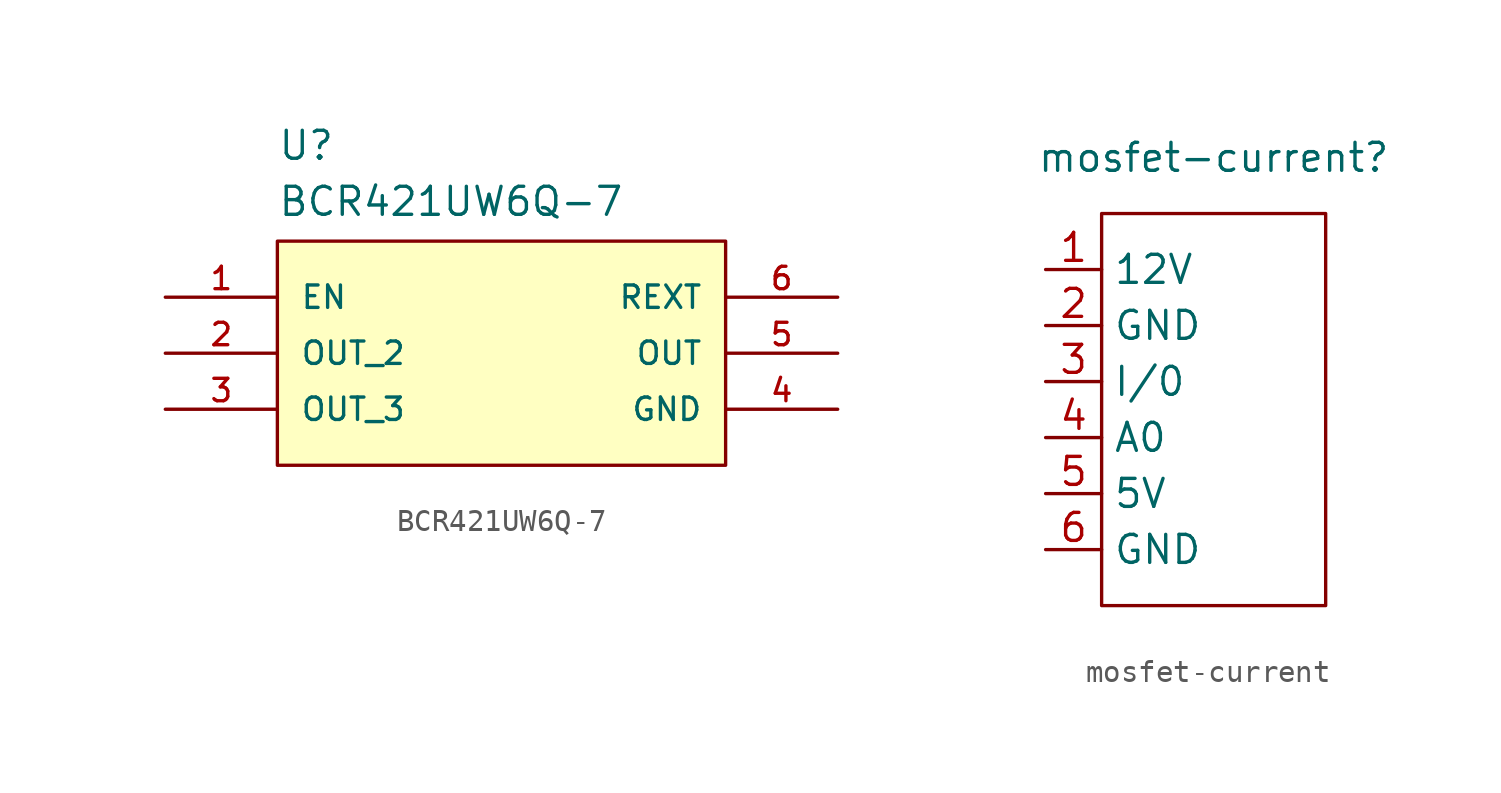
<source format=kicad_sym>
(kicad_symbol_lib
  (version 20220914)
  (generator kicad_symbol_editor)
  (symbol "BCR421UW6Q-7"
    (pin_names
      (offset 1.016))
    (property "Reference" "U"
      (at -10.16 10.16 0)
      (effects (font (size 1.27 1.27)) (justify left top)))
    (property "Value" "BCR421UW6Q-7"
      (at -10.16 7.62 0)
      (effects (font (size 1.27 1.27)) (justify left top)))
    (symbol "BCR421UW6Q-7_0_0"
      (rectangle (start -10.16 -5.08) (end 10.16 5.08) (stroke (width 0.152) (type default)) (fill (type background)))
      (pin passive line (at -15.24 2.54 0) (length 5.08) (name "EN" (effects (font (size 1.016 1.016)))) (number "1" (effects (font (size 1.016 1.016)))))
      (pin output line (at -15.24 0 0) (length 5.08) (name "OUT_2" (effects (font (size 1.016 1.016)))) (number "2" (effects (font (size 1.016 1.016)))))
      (pin output line (at -15.24 -2.54 0) (length 5.08) (name "OUT_3" (effects (font (size 1.016 1.016)))) (number "3" (effects (font (size 1.016 1.016)))))
      (pin passive line (at 15.24 -2.54 180) (length 5.08) (name "GND" (effects (font (size 1.016 1.016)))) (number "4" (effects (font (size 1.016 1.016)))))
      (pin output line (at 15.24 0 180) (length 5.08) (name "OUT" (effects (font (size 1.016 1.016)))) (number "5" (effects (font (size 1.016 1.016)))))
      (pin passive line (at 15.24 2.54 180) (length 5.08) (name "REXT" (effects (font (size 1.016 1.016)))) (number "6" (effects (font (size 1.016 1.016)))))))
  (symbol "mosfet-current"
    (property "Reference" "mosfet-current"
      (at 0 10.16 0)
      (effects (font (size 1.27 1.27))))
    (property "Value" ""
      (at 0 10.16 0)
      (effects (font (size 1.27 1.27))))
    (symbol "mosfet-current_0_1"
      (rectangle (start -5.08 7.62) (end 5.08 -10.16) (stroke (width 0) (type default)) (fill (type none))))
    (symbol "mosfet-current_1_1"
      (pin input line (at -7.62 5.08 0) (length 2.54) (name "12V" (effects (font (size 1.27 1.27)))) (number "1" (effects (font (size 1.27 1.27)))))
      (pin input line (at -7.62 2.54 0) (length 2.54) (name "GND" (effects (font (size 1.27 1.27)))) (number "2" (effects (font (size 1.27 1.27)))))
      (pin input line (at -7.62 0 0) (length 2.54) (name "I/0" (effects (font (size 1.27 1.27)))) (number "3" (effects (font (size 1.27 1.27)))))
      (pin input line (at -7.62 -2.54 0) (length 2.54) (name "A0" (effects (font (size 1.27 1.27)))) (number "4" (effects (font (size 1.27 1.27)))))
      (pin input line (at -7.62 -5.08 0) (length 2.54) (name "5V" (effects (font (size 1.27 1.27)))) (number "5" (effects (font (size 1.27 1.27)))))
      (pin input line (at -7.62 -7.62 0) (length 2.54) (name "GND" (effects (font (size 1.27 1.27)))) (number "6" (effects (font (size 1.27 1.27))))))))
</source>
